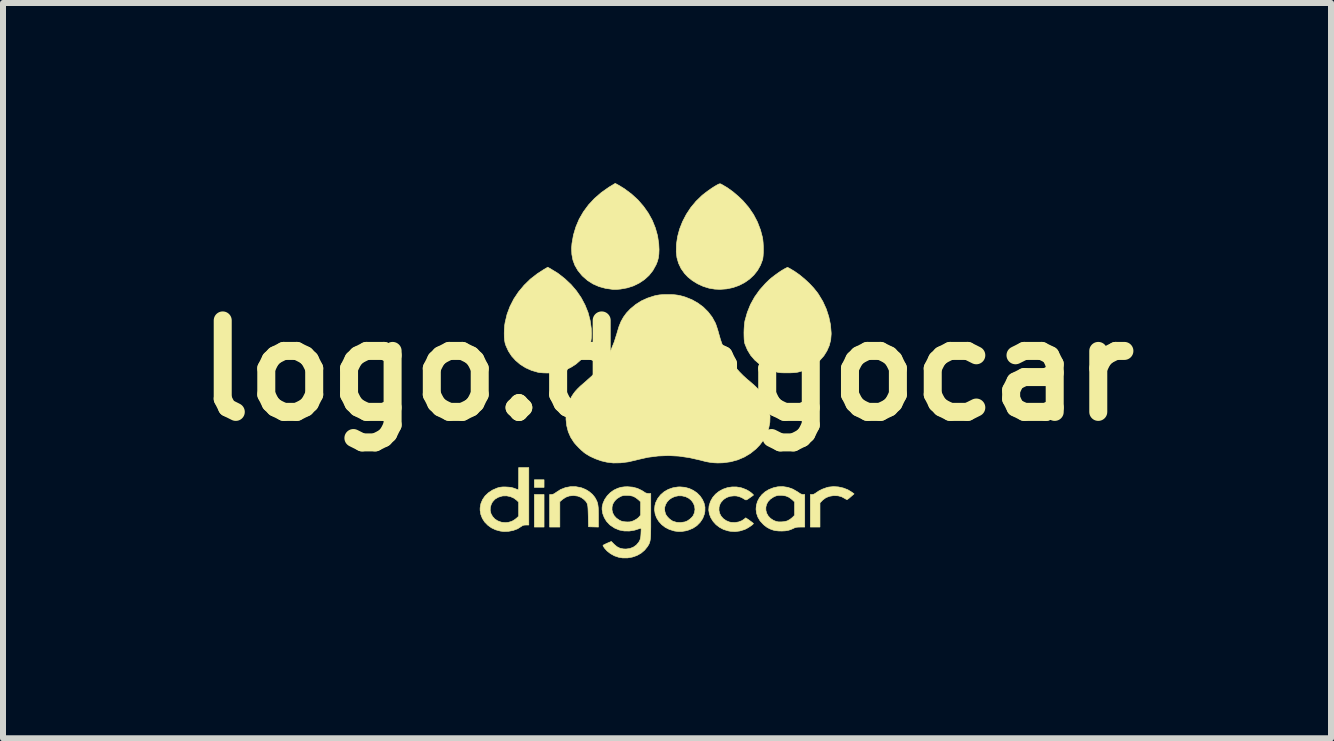
<source format=kicad_pcb>
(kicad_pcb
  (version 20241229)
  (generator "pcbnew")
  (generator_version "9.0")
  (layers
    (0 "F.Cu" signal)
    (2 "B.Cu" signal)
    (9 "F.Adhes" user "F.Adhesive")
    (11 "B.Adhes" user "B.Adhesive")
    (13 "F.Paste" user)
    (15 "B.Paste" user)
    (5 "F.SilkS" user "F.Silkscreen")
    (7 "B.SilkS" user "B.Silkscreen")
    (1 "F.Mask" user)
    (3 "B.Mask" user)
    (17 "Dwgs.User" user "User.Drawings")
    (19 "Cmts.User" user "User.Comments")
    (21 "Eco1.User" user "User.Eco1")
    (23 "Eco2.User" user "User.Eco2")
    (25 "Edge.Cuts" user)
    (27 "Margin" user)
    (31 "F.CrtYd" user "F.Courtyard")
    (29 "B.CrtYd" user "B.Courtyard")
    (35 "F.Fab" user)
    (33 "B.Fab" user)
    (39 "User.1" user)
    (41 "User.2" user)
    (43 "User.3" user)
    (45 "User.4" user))
  (footprint "logo.dingocar"
    (layer "F.Cu")
    (at 8.063 3.123)
    (property "Reference" "logo.dingocar" (at 0 0 0) (layer "F.SilkS") (effects (font (size 1.524 1.524) (thickness 0.3))))
    (attr through_hole)
    (fp_poly (pts (xy -2.049 1.947) (xy -2.21 1.947) (xy -2.21 1.82) (xy -2.049 1.82) (xy -2.049 1.947)) (stroke (width 0.01) (type solid)) (fill yes) (layer "F.SilkS"))
    (fp_poly (pts (xy -2.049 2.608) (xy -2.21 2.608) (xy -2.21 2.066) (xy -2.049 2.066) (xy -2.049 2.608)) (stroke (width 0.01) (type solid)) (fill yes) (layer "F.SilkS"))
    (fp_poly (pts (xy 2.853 1.939) (xy 2.935 1.957) (xy 3.011 1.986) (xy 3.078 2.027) (xy 3.08 2.028) (xy 3.116 2.055) (xy 3.061 2.103) (xy 3.036 2.125) (xy 3.014 2.141) (xy 3.001 2.15) (xy 2.998 2.151) (xy 2.986 2.146) (xy 2.967 2.135) (xy 2.959 2.13) (xy 2.907 2.102) (xy 2.849 2.087) (xy 2.782 2.084) (xy 2.774 2.084) (xy 2.707 2.095) (xy 2.648 2.118) (xy 2.596 2.156) (xy 2.581 2.171) (xy 2.548 2.205) (xy 2.548 2.608) (xy 2.388 2.608) (xy 2.388 2.066) (xy 2.418 2.066) (xy 2.445 2.061) (xy 2.473 2.045) (xy 2.484 2.037) (xy 2.533 2.004) (xy 2.592 1.975) (xy 2.656 1.952) (xy 2.693 1.942) (xy 2.772 1.934) (xy 2.853 1.939)) (stroke (width 0.01) (type solid)) (fill yes) (layer "F.SilkS"))
    (fp_poly (pts (xy -1.521 1.935) (xy -1.432 1.952) (xy -1.42 1.956) (xy -1.356 1.982) (xy -1.296 2.019) (xy -1.244 2.063) (xy -1.204 2.112) (xy -1.198 2.122) (xy -1.181 2.153) (xy -1.167 2.182) (xy -1.157 2.212) (xy -1.151 2.245) (xy -1.146 2.285) (xy -1.144 2.334) (xy -1.143 2.396) (xy -1.143 2.432) (xy -1.143 2.608) (xy -1.308 2.603) (xy -1.312 2.421) (xy -1.314 2.356) (xy -1.316 2.306) (xy -1.319 2.267) (xy -1.324 2.237) (xy -1.331 2.214) (xy -1.342 2.194) (xy -1.355 2.177) (xy -1.374 2.158) (xy -1.381 2.15) (xy -1.429 2.115) (xy -1.487 2.092) (xy -1.553 2.083) (xy -1.565 2.083) (xy -1.63 2.09) (xy -1.688 2.111) (xy -1.742 2.147) (xy -1.745 2.15) (xy -1.786 2.185) (xy -1.786 2.608) (xy -1.956 2.608) (xy -1.956 2.066) (xy -1.925 2.066) (xy -1.901 2.062) (xy -1.875 2.05) (xy -1.85 2.032) (xy -1.774 1.983) (xy -1.693 1.951) (xy -1.609 1.935) (xy -1.521 1.935)) (stroke (width 0.01) (type solid)) (fill yes) (layer "F.SilkS"))
    (fp_poly (pts (xy -1.944 -1.697) (xy -1.817 -1.619) (xy -1.702 -1.529) (xy -1.598 -1.431) (xy -1.507 -1.324) (xy -1.429 -1.21) (xy -1.365 -1.089) (xy -1.315 -0.964) (xy -1.281 -0.834) (xy -1.262 -0.701) (xy -1.258 -0.614) (xy -1.261 -0.542) (xy -1.269 -0.481) (xy -1.283 -0.425) (xy -1.305 -0.369) (xy -1.318 -0.344) (xy -1.371 -0.256) (xy -1.438 -0.176) (xy -1.517 -0.107) (xy -1.606 -0.05) (xy -1.705 -0.005) (xy -1.81 0.026) (xy -1.822 0.029) (xy -1.873 0.036) (xy -1.934 0.04) (xy -2 0.041) (xy -2.064 0.039) (xy -2.122 0.034) (xy -2.155 0.028) (xy -2.258 -0.002) (xy -2.354 -0.045) (xy -2.443 -0.1) (xy -2.521 -0.166) (xy -2.589 -0.241) (xy -2.643 -0.324) (xy -2.684 -0.414) (xy -2.698 -0.457) (xy -2.706 -0.502) (xy -2.711 -0.558) (xy -2.712 -0.622) (xy -2.71 -0.689) (xy -2.705 -0.754) (xy -2.697 -0.803) (xy -2.665 -0.938) (xy -2.616 -1.068) (xy -2.552 -1.193) (xy -2.474 -1.31) (xy -2.382 -1.42) (xy -2.278 -1.522) (xy -2.161 -1.613) (xy -2.059 -1.679) (xy -1.987 -1.721) (xy -1.944 -1.697)) (stroke (width 0.01) (type solid)) (fill yes) (layer "F.SilkS"))
    (fp_poly (pts (xy -0.819 -3.094) (xy -0.79 -3.078) (xy -0.755 -3.056) (xy -0.719 -3.034) (xy -0.711 -3.029) (xy -0.593 -2.941) (xy -0.486 -2.844) (xy -0.393 -2.737) (xy -0.313 -2.624) (xy -0.246 -2.503) (xy -0.195 -2.377) (xy -0.158 -2.246) (xy -0.138 -2.112) (xy -0.133 -2.015) (xy -0.136 -1.941) (xy -0.144 -1.877) (xy -0.16 -1.818) (xy -0.185 -1.756) (xy -0.187 -1.754) (xy -0.237 -1.664) (xy -0.301 -1.584) (xy -0.377 -1.515) (xy -0.464 -1.457) (xy -0.56 -1.41) (xy -0.663 -1.377) (xy -0.774 -1.357) (xy -0.821 -1.353) (xy -0.856 -1.351) (xy -0.888 -1.351) (xy -0.906 -1.352) (xy -1.025 -1.369) (xy -1.134 -1.399) (xy -1.232 -1.442) (xy -1.321 -1.498) (xy -1.402 -1.568) (xy -1.423 -1.59) (xy -1.487 -1.669) (xy -1.535 -1.752) (xy -1.568 -1.841) (xy -1.586 -1.936) (xy -1.59 -2.038) (xy -1.584 -2.116) (xy -1.559 -2.258) (xy -1.518 -2.394) (xy -1.463 -2.524) (xy -1.392 -2.646) (xy -1.307 -2.761) (xy -1.207 -2.868) (xy -1.094 -2.966) (xy -0.967 -3.055) (xy -0.937 -3.073) (xy -0.863 -3.118) (xy -0.819 -3.094)) (stroke (width 0.01) (type solid)) (fill yes) (layer "F.SilkS"))
    (fp_poly (pts (xy 0.894 -3.109) (xy 0.908 -3.102) (xy 1.002 -3.047) (xy 1.097 -2.979) (xy 1.19 -2.9) (xy 1.266 -2.827) (xy 1.361 -2.716) (xy 1.441 -2.599) (xy 1.506 -2.475) (xy 1.557 -2.342) (xy 1.59 -2.218) (xy 1.596 -2.179) (xy 1.601 -2.13) (xy 1.604 -2.074) (xy 1.605 -2.015) (xy 1.604 -1.959) (xy 1.601 -1.909) (xy 1.596 -1.868) (xy 1.593 -1.85) (xy 1.557 -1.755) (xy 1.508 -1.668) (xy 1.446 -1.59) (xy 1.373 -1.522) (xy 1.29 -1.464) (xy 1.198 -1.417) (xy 1.099 -1.382) (xy 0.993 -1.36) (xy 0.884 -1.352) (xy 0.795 -1.356) (xy 0.699 -1.372) (xy 0.603 -1.402) (xy 0.511 -1.444) (xy 0.424 -1.497) (xy 0.348 -1.558) (xy 0.293 -1.616) (xy 0.234 -1.699) (xy 0.192 -1.787) (xy 0.165 -1.881) (xy 0.154 -1.977) (xy 0.157 -2.104) (xy 0.176 -2.232) (xy 0.21 -2.358) (xy 0.259 -2.482) (xy 0.321 -2.601) (xy 0.395 -2.714) (xy 0.482 -2.819) (xy 0.579 -2.913) (xy 0.588 -2.921) (xy 0.635 -2.958) (xy 0.687 -2.997) (xy 0.74 -3.034) (xy 0.791 -3.067) (xy 0.834 -3.092) (xy 0.84 -3.095) (xy 0.864 -3.107) (xy 0.88 -3.111) (xy 0.894 -3.109)) (stroke (width 0.01) (type solid)) (fill yes) (layer "F.SilkS"))
    (fp_poly (pts (xy 2.041 -1.702) (xy 2.122 -1.654) (xy 2.206 -1.595) (xy 2.29 -1.526) (xy 2.371 -1.451) (xy 2.444 -1.373) (xy 2.506 -1.296) (xy 2.525 -1.268) (xy 2.596 -1.15) (xy 2.653 -1.025) (xy 2.695 -0.896) (xy 2.723 -0.765) (xy 2.734 -0.635) (xy 2.735 -0.609) (xy 2.727 -0.51) (xy 2.703 -0.416) (xy 2.664 -0.327) (xy 2.612 -0.244) (xy 2.546 -0.17) (xy 2.469 -0.104) (xy 2.38 -0.048) (xy 2.282 -0.004) (xy 2.229 0.014) (xy 2.196 0.023) (xy 2.165 0.03) (xy 2.131 0.034) (xy 2.091 0.037) (xy 2.04 0.039) (xy 2.028 0.039) (xy 1.955 0.039) (xy 1.897 0.037) (xy 1.853 0.031) (xy 1.846 0.03) (xy 1.735 -0.002) (xy 1.634 -0.046) (xy 1.543 -0.104) (xy 1.463 -0.173) (xy 1.394 -0.253) (xy 1.339 -0.344) (xy 1.297 -0.444) (xy 1.297 -0.445) (xy 1.29 -0.476) (xy 1.285 -0.52) (xy 1.283 -0.574) (xy 1.282 -0.632) (xy 1.284 -0.692) (xy 1.288 -0.749) (xy 1.293 -0.799) (xy 1.298 -0.828) (xy 1.337 -0.967) (xy 1.39 -1.099) (xy 1.459 -1.224) (xy 1.543 -1.342) (xy 1.642 -1.453) (xy 1.705 -1.514) (xy 1.748 -1.55) (xy 1.799 -1.589) (xy 1.853 -1.628) (xy 1.905 -1.663) (xy 1.952 -1.691) (xy 1.971 -1.701) (xy 2.007 -1.719) (xy 2.041 -1.702)) (stroke (width 0.01) (type solid)) (fill yes) (layer "F.SilkS"))
    (fp_poly (pts (xy 0.297 1.946) (xy 0.371 1.966) (xy 0.439 1.998) (xy 0.499 2.039) (xy 0.549 2.089) (xy 0.589 2.147) (xy 0.617 2.209) (xy 0.632 2.276) (xy 0.631 2.345) (xy 0.622 2.392) (xy 0.595 2.464) (xy 0.552 2.528) (xy 0.498 2.583) (xy 0.432 2.627) (xy 0.358 2.658) (xy 0.311 2.671) (xy 0.247 2.681) (xy 0.189 2.682) (xy 0.131 2.675) (xy 0.114 2.671) (xy 0.037 2.647) (xy -0.031 2.612) (xy -0.09 2.566) (xy -0.138 2.512) (xy -0.175 2.452) (xy -0.198 2.388) (xy -0.206 2.332) (xy -0.04 2.332) (xy -0.026 2.385) (xy -0.018 2.403) (xy 0.006 2.437) (xy 0.039 2.471) (xy 0.076 2.499) (xy 0.1 2.512) (xy 0.162 2.53) (xy 0.228 2.533) (xy 0.298 2.522) (xy 0.338 2.506) (xy 0.379 2.478) (xy 0.416 2.444) (xy 0.436 2.418) (xy 0.458 2.367) (xy 0.466 2.313) (xy 0.459 2.26) (xy 0.439 2.21) (xy 0.407 2.165) (xy 0.364 2.129) (xy 0.31 2.102) (xy 0.249 2.088) (xy 0.189 2.087) (xy 0.133 2.098) (xy 0.082 2.12) (xy 0.037 2.15) (xy 0.002 2.188) (xy -0.024 2.232) (xy -0.039 2.28) (xy -0.04 2.332) (xy -0.206 2.332) (xy -0.208 2.32) (xy -0.202 2.251) (xy -0.189 2.201) (xy -0.154 2.131) (xy -0.107 2.071) (xy -0.048 2.02) (xy 0.02 1.981) (xy 0.097 1.954) (xy 0.181 1.94) (xy 0.218 1.939) (xy 0.297 1.946)) (stroke (width 0.01) (type solid)) (fill yes) (layer "F.SilkS"))
    (fp_poly (pts (xy 2.015 1.947) (xy 2.096 1.976) (xy 2.174 2.021) (xy 2.19 2.032) (xy 2.223 2.054) (xy 2.249 2.064) (xy 2.264 2.066) (xy 2.294 2.066) (xy 2.294 2.608) (xy 2.222 2.608) (xy 2.183 2.609) (xy 2.154 2.612) (xy 2.129 2.619) (xy 2.108 2.629) (xy 2.074 2.644) (xy 2.036 2.658) (xy 2.018 2.663) (xy 1.971 2.671) (xy 1.916 2.674) (xy 1.859 2.673) (xy 1.806 2.667) (xy 1.77 2.659) (xy 1.713 2.638) (xy 1.665 2.612) (xy 1.618 2.576) (xy 1.601 2.56) (xy 1.549 2.503) (xy 1.513 2.441) (xy 1.491 2.376) (xy 1.483 2.31) (xy 1.486 2.278) (xy 1.646 2.278) (xy 1.647 2.329) (xy 1.66 2.378) (xy 1.686 2.424) (xy 1.724 2.464) (xy 1.774 2.497) (xy 1.82 2.515) (xy 1.858 2.522) (xy 1.904 2.522) (xy 1.952 2.518) (xy 1.994 2.508) (xy 2.002 2.506) (xy 2.048 2.481) (xy 2.087 2.45) (xy 2.125 2.412) (xy 2.125 2.189) (xy 2.082 2.149) (xy 2.034 2.113) (xy 1.981 2.09) (xy 1.919 2.08) (xy 1.892 2.079) (xy 1.856 2.08) (xy 1.828 2.085) (xy 1.798 2.096) (xy 1.775 2.107) (xy 1.723 2.141) (xy 1.684 2.182) (xy 1.659 2.228) (xy 1.646 2.278) (xy 1.486 2.278) (xy 1.489 2.245) (xy 1.507 2.182) (xy 1.538 2.123) (xy 1.58 2.069) (xy 1.634 2.021) (xy 1.697 1.983) (xy 1.771 1.954) (xy 1.846 1.937) (xy 1.931 1.934) (xy 2.015 1.947)) (stroke (width 0.01) (type solid)) (fill yes) (layer "F.SilkS"))
    (fp_poly (pts (xy 1.159 1.94) (xy 1.238 1.954) (xy 1.316 1.983) (xy 1.327 1.989) (xy 1.354 2.004) (xy 1.382 2.022) (xy 1.407 2.041) (xy 1.427 2.059) (xy 1.439 2.071) (xy 1.439 2.076) (xy 1.431 2.083) (xy 1.412 2.096) (xy 1.387 2.114) (xy 1.377 2.121) (xy 1.348 2.141) (xy 1.33 2.152) (xy 1.317 2.156) (xy 1.307 2.154) (xy 1.296 2.148) (xy 1.246 2.118) (xy 1.201 2.1) (xy 1.158 2.09) (xy 1.118 2.088) (xy 1.05 2.095) (xy 0.991 2.116) (xy 0.94 2.15) (xy 0.9 2.195) (xy 0.885 2.22) (xy 0.867 2.274) (xy 0.865 2.328) (xy 0.876 2.379) (xy 0.901 2.427) (xy 0.937 2.468) (xy 0.984 2.501) (xy 1.04 2.524) (xy 1.07 2.53) (xy 1.131 2.533) (xy 1.192 2.523) (xy 1.247 2.502) (xy 1.293 2.47) (xy 1.311 2.454) (xy 1.375 2.498) (xy 1.403 2.519) (xy 1.425 2.536) (xy 1.438 2.547) (xy 1.439 2.55) (xy 1.432 2.56) (xy 1.414 2.576) (xy 1.388 2.594) (xy 1.358 2.614) (xy 1.327 2.632) (xy 1.299 2.646) (xy 1.289 2.65) (xy 1.209 2.674) (xy 1.133 2.683) (xy 1.054 2.678) (xy 1.016 2.671) (xy 0.942 2.648) (xy 0.876 2.613) (xy 0.817 2.568) (xy 0.769 2.515) (xy 0.731 2.455) (xy 0.706 2.392) (xy 0.695 2.326) (xy 0.7 2.259) (xy 0.701 2.254) (xy 0.724 2.181) (xy 0.761 2.115) (xy 0.809 2.059) (xy 0.867 2.013) (xy 0.933 1.977) (xy 1.005 1.952) (xy 1.081 1.94) (xy 1.159 1.94)) (stroke (width 0.01) (type solid)) (fill yes) (layer "F.SilkS"))
    (fp_poly (pts (xy -2.303 2.574) (xy -2.35 2.574) (xy -2.382 2.576) (xy -2.405 2.582) (xy -2.427 2.597) (xy -2.429 2.598) (xy -2.49 2.637) (xy -2.562 2.664) (xy -2.64 2.679) (xy -2.721 2.682) (xy -2.777 2.675) (xy -2.855 2.654) (xy -2.925 2.621) (xy -2.986 2.577) (xy -3.038 2.524) (xy -3.077 2.463) (xy -3.103 2.396) (xy -3.113 2.333) (xy -2.946 2.333) (xy -2.933 2.385) (xy -2.907 2.432) (xy -2.87 2.473) (xy -2.821 2.505) (xy -2.764 2.526) (xy -2.741 2.53) (xy -2.692 2.534) (xy -2.646 2.53) (xy -2.596 2.516) (xy -2.566 2.502) (xy -2.533 2.481) (xy -2.513 2.465) (xy -2.472 2.428) (xy -2.472 2.193) (xy -2.501 2.164) (xy -2.55 2.127) (xy -2.608 2.101) (xy -2.671 2.088) (xy -2.734 2.089) (xy -2.75 2.092) (xy -2.814 2.112) (xy -2.867 2.144) (xy -2.907 2.188) (xy -2.926 2.222) (xy -2.944 2.278) (xy -2.946 2.333) (xy -3.113 2.333) (xy -3.114 2.325) (xy -3.114 2.289) (xy -3.101 2.217) (xy -3.073 2.15) (xy -3.031 2.089) (xy -2.975 2.036) (xy -2.908 1.992) (xy -2.83 1.958) (xy -2.806 1.951) (xy -2.773 1.944) (xy -2.738 1.94) (xy -2.693 1.94) (xy -2.672 1.941) (xy -2.63 1.944) (xy -2.597 1.948) (xy -2.566 1.956) (xy -2.531 1.968) (xy -2.487 1.985) (xy -2.482 1.986) (xy -2.479 1.984) (xy -2.476 1.975) (xy -2.474 1.959) (xy -2.473 1.933) (xy -2.473 1.895) (xy -2.472 1.843) (xy -2.472 1.804) (xy -2.472 1.617) (xy -2.303 1.617) (xy -2.303 2.574)) (stroke (width 0.01) (type solid)) (fill yes) (layer "F.SilkS"))
    (fp_poly (pts (xy -0.573 1.943) (xy -0.493 1.964) (xy -0.42 1.999) (xy -0.387 2.02) (xy -0.358 2.039) (xy -0.331 2.047) (xy -0.309 2.049) (xy -0.271 2.049) (xy -0.271 2.424) (xy -0.271 2.52) (xy -0.271 2.601) (xy -0.272 2.668) (xy -0.273 2.723) (xy -0.275 2.767) (xy -0.278 2.804) (xy -0.282 2.833) (xy -0.288 2.857) (xy -0.295 2.878) (xy -0.303 2.896) (xy -0.314 2.914) (xy -0.326 2.934) (xy -0.374 2.993) (xy -0.433 3.043) (xy -0.502 3.082) (xy -0.578 3.108) (xy -0.658 3.122) (xy -0.74 3.122) (xy -0.806 3.111) (xy -0.877 3.087) (xy -0.942 3.051) (xy -0.999 3.006) (xy -1.037 2.964) (xy -1.053 2.941) (xy -1.064 2.923) (xy -1.067 2.915) (xy -1.06 2.908) (xy -1.04 2.897) (xy -1.012 2.884) (xy -0.997 2.877) (xy -0.928 2.848) (xy -0.881 2.896) (xy -0.835 2.935) (xy -0.786 2.96) (xy -0.73 2.972) (xy -0.684 2.974) (xy -0.62 2.966) (xy -0.561 2.943) (xy -0.511 2.908) (xy -0.472 2.862) (xy -0.46 2.842) (xy -0.449 2.818) (xy -0.442 2.793) (xy -0.437 2.761) (xy -0.434 2.719) (xy -0.434 2.71) (xy -0.432 2.671) (xy -0.431 2.646) (xy -0.433 2.632) (xy -0.436 2.627) (xy -0.442 2.627) (xy -0.445 2.629) (xy -0.537 2.659) (xy -0.627 2.674) (xy -0.714 2.673) (xy -0.796 2.657) (xy -0.873 2.625) (xy -0.944 2.578) (xy -0.959 2.565) (xy -1.009 2.511) (xy -1.046 2.449) (xy -1.071 2.383) (xy -1.08 2.323) (xy -0.917 2.323) (xy -0.905 2.373) (xy -0.88 2.42) (xy -0.842 2.461) (xy -0.792 2.495) (xy -0.756 2.511) (xy -0.731 2.517) (xy -0.697 2.521) (xy -0.662 2.523) (xy -0.623 2.522) (xy -0.593 2.516) (xy -0.563 2.505) (xy -0.546 2.497) (xy -0.51 2.477) (xy -0.48 2.454) (xy -0.466 2.44) (xy -0.44 2.409) (xy -0.44 2.187) (xy -0.479 2.151) (xy -0.524 2.116) (xy -0.571 2.093) (xy -0.625 2.082) (xy -0.665 2.08) (xy -0.704 2.08) (xy -0.734 2.084) (xy -0.761 2.093) (xy -0.779 2.101) (xy -0.833 2.134) (xy -0.874 2.175) (xy -0.902 2.222) (xy -0.916 2.272) (xy -0.917 2.323) (xy -1.08 2.323) (xy -1.082 2.315) (xy -1.081 2.274) (xy -1.066 2.21) (xy -1.037 2.146) (xy -0.996 2.087) (xy -0.945 2.035) (xy -0.888 1.994) (xy -0.88 1.99) (xy -0.823 1.963) (xy -0.769 1.946) (xy -0.711 1.938) (xy -0.66 1.936) (xy -0.573 1.943)) (stroke (width 0.01) (type solid)) (fill yes) (layer "F.SilkS"))
    (fp_poly (pts (xy 0.074 -1.265) (xy 0.128 -1.262) (xy 0.175 -1.256) (xy 0.221 -1.247) (xy 0.271 -1.234) (xy 0.309 -1.222) (xy 0.416 -1.179) (xy 0.515 -1.123) (xy 0.605 -1.056) (xy 0.684 -0.977) (xy 0.751 -0.89) (xy 0.803 -0.795) (xy 0.805 -0.793) (xy 0.816 -0.763) (xy 0.83 -0.722) (xy 0.845 -0.675) (xy 0.859 -0.627) (xy 0.86 -0.622) (xy 0.891 -0.514) (xy 0.924 -0.419) (xy 0.961 -0.332) (xy 1.005 -0.25) (xy 1.057 -0.168) (xy 1.101 -0.106) (xy 1.153 -0.039) (xy 1.206 0.022) (xy 1.265 0.082) (xy 1.333 0.144) (xy 1.391 0.192) (xy 1.462 0.255) (xy 1.52 0.312) (xy 1.568 0.368) (xy 1.608 0.425) (xy 1.629 0.46) (xy 1.674 0.559) (xy 1.703 0.66) (xy 1.716 0.761) (xy 1.713 0.863) (xy 1.694 0.962) (xy 1.66 1.059) (xy 1.611 1.152) (xy 1.546 1.239) (xy 1.483 1.305) (xy 1.39 1.38) (xy 1.288 1.441) (xy 1.178 1.488) (xy 1.061 1.52) (xy 0.937 1.537) (xy 0.914 1.538) (xy 0.845 1.54) (xy 0.782 1.537) (xy 0.719 1.53) (xy 0.652 1.518) (xy 0.576 1.499) (xy 0.555 1.493) (xy 0.374 1.452) (xy 0.197 1.426) (xy 0.023 1.417) (xy -0.149 1.424) (xy -0.32 1.446) (xy -0.492 1.485) (xy -0.513 1.491) (xy -0.647 1.522) (xy -0.775 1.538) (xy -0.897 1.54) (xy -1.002 1.527) (xy -1.096 1.505) (xy -1.191 1.471) (xy -1.281 1.43) (xy -1.355 1.386) (xy -1.388 1.361) (xy -1.427 1.327) (xy -1.468 1.288) (xy -1.506 1.248) (xy -1.538 1.212) (xy -1.55 1.197) (xy -1.606 1.11) (xy -1.646 1.018) (xy -1.671 0.92) (xy -1.683 0.814) (xy -1.683 0.813) (xy -1.682 0.724) (xy -1.672 0.644) (xy -1.651 0.568) (xy -1.618 0.49) (xy -1.613 0.478) (xy -1.587 0.43) (xy -1.559 0.387) (xy -1.528 0.346) (xy -1.49 0.305) (xy -1.444 0.26) (xy -1.386 0.21) (xy -1.364 0.191) (xy -1.25 0.089) (xy -1.151 -0.014) (xy -1.065 -0.12) (xy -0.993 -0.231) (xy -0.931 -0.349) (xy -0.879 -0.478) (xy -0.835 -0.618) (xy -0.829 -0.639) (xy -0.8 -0.735) (xy -0.766 -0.818) (xy -0.725 -0.891) (xy -0.676 -0.958) (xy -0.616 -1.021) (xy -0.609 -1.028) (xy -0.522 -1.1) (xy -0.429 -1.159) (xy -0.326 -1.206) (xy -0.212 -1.243) (xy -0.196 -1.247) (xy -0.161 -1.254) (xy -0.126 -1.26) (xy -0.087 -1.263) (xy -0.04 -1.265) (xy 0.008 -1.265) (xy 0.074 -1.265)) (stroke (width 0.01) (type solid)) (fill yes) (layer "F.SilkS")))
  (gr_rect
    (start -3 -3)
    (end 19.125 9.25)
    (stroke (width 0.1) (type default))
    (fill no)
    (layer "Edge.Cuts")))
</source>
